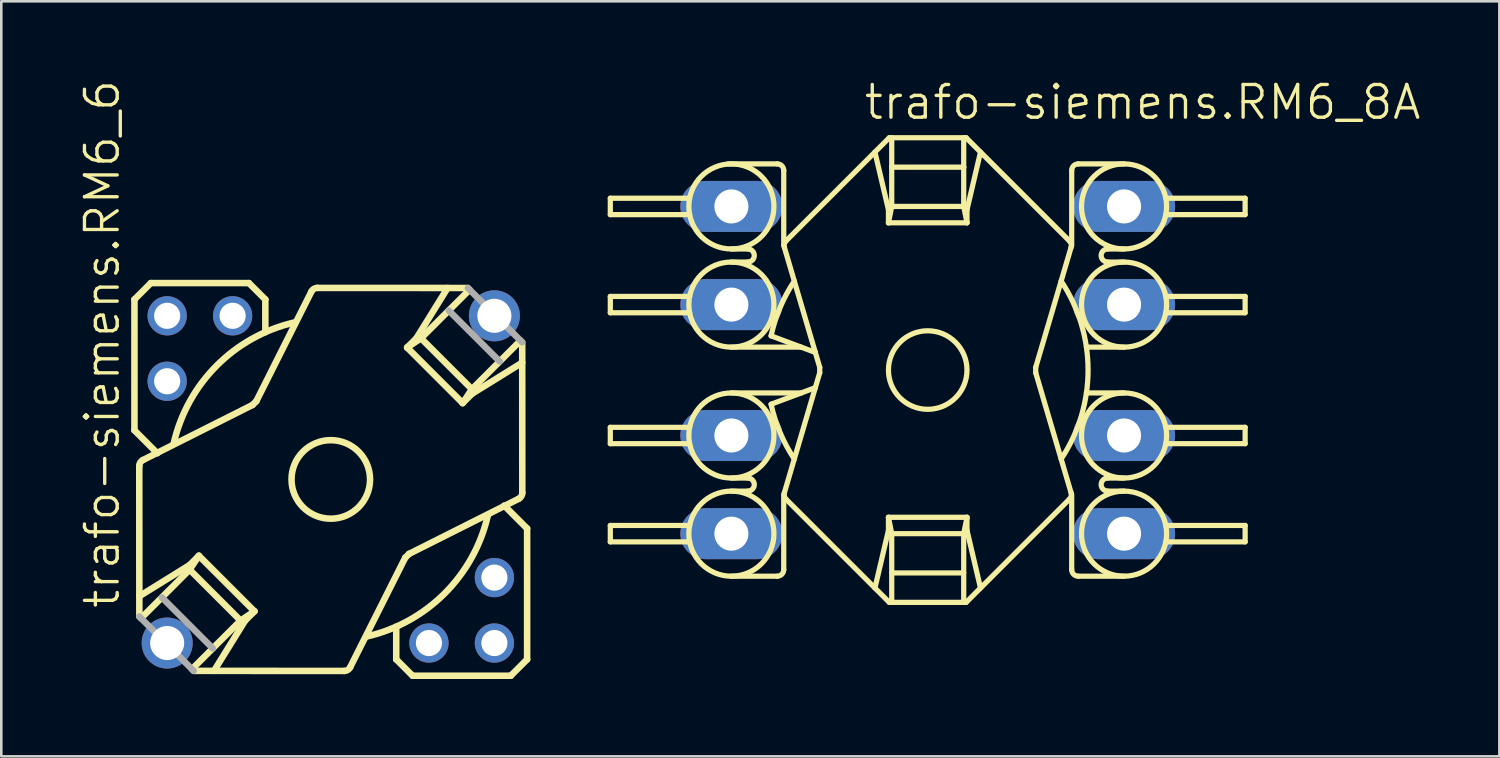
<source format=kicad_pcb>
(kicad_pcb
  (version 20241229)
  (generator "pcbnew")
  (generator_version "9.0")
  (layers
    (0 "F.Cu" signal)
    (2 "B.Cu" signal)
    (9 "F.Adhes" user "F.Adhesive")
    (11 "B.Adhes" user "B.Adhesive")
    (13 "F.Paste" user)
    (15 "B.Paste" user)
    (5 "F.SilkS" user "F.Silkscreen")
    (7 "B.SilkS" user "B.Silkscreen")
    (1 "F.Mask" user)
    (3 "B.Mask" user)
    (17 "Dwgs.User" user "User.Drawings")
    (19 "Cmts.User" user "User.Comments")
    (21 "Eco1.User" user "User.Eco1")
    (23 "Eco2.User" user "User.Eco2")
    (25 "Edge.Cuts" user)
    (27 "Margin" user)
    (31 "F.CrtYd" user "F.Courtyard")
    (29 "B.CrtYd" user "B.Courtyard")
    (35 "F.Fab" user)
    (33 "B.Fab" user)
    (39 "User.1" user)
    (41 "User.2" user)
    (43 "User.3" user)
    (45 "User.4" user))
  (footprint "trafo-siemens.RM6_6"
    (layer "F.Cu")
    (at 9.788 15.557)
    (property "Reference" "trafo-siemens.RM6_6" (at -8.128 5.08 90) (layer "F.SilkS") (effects (font (size 1.27 1.27) (thickness 0.13)) (justify left bottom)))
    (attr through_hole)
    (fp_line (start -7.62 -6.985) (end -6.985 -7.62) (stroke (width 0.254) (type default)) (layer "F.SilkS"))
    (fp_line (start -7.62 -1.905) (end -7.62 -6.985) (stroke (width 0.254) (type default)) (layer "F.SilkS"))
    (fp_line (start -7.62 -1.905) (end -6.731 -1.016) (stroke (width 0.254) (type default)) (layer "F.SilkS"))
    (fp_line (start -7.43 4.533) (end -5.478 3.323) (stroke (width 0.254) (type default)) (layer "F.SilkS"))
    (fp_line (start -7.43 5.322) (end -7.433 -0.524) (stroke (width 0.254) (type default)) (layer "F.SilkS"))
    (fp_line (start -7.293 -0.751) (end -3.037 -2.89) (stroke (width 0.254) (type default)) (layer "F.SilkS"))
    (fp_line (start -6.985 -7.62) (end -3.175 -7.62) (stroke (width 0.254) (type default)) (layer "F.SilkS"))
    (fp_line (start -5.478 3.502) (end -7.364 5.388) (stroke (width 0.254) (type default)) (layer "F.SilkS"))
    (fp_line (start -5.478 3.502) (end -5.119 2.963) (stroke (width 0.254) (type default)) (layer "F.SilkS"))
    (fp_line (start -5.478 3.502) (end -3.502 5.478) (stroke (width 0.254) (type default)) (layer "F.SilkS"))
    (fp_line (start -5.322 7.43) (end 0.524 7.433) (stroke (width 0.254) (type default)) (layer "F.SilkS"))
    (fp_line (start -5.119 2.963) (end -5.478 3.323) (stroke (width 0.254) (type default)) (layer "F.SilkS"))
    (fp_line (start -4.58 6.556) (end -5.388 7.364) (stroke (width 0.254) (type default)) (layer "F.SilkS"))
    (fp_line (start -4.533 7.43) (end -3.323 5.478) (stroke (width 0.254) (type default)) (layer "F.SilkS"))
    (fp_line (start -3.502 5.478) (end -4.58 6.556) (stroke (width 0.254) (type default)) (layer "F.SilkS"))
    (fp_line (start -3.502 5.478) (end -2.963 5.119) (stroke (width 0.254) (type default)) (layer "F.SilkS"))
    (fp_line (start -3.175 -7.62) (end -2.54 -6.985) (stroke (width 0.254) (type default)) (layer "F.SilkS"))
    (fp_line (start -3.037 -2.89) (end -2.89 -3.037) (stroke (width 0.254) (type default)) (layer "F.SilkS"))
    (fp_line (start -2.963 5.119) (end -5.119 2.963) (stroke (width 0.254) (type default)) (layer "F.SilkS"))
    (fp_line (start -2.963 5.119) (end -3.323 5.478) (stroke (width 0.254) (type default)) (layer "F.SilkS"))
    (fp_line (start -2.89 -3.037) (end -0.751 -7.293) (stroke (width 0.254) (type default)) (layer "F.SilkS"))
    (fp_line (start -2.54 -6.985) (end -2.54 -5.715) (stroke (width 0.254) (type default)) (layer "F.SilkS"))
    (fp_line (start -0.524 -7.433) (end 5.322 -7.43) (stroke (width 0.254) (type default)) (layer "F.SilkS"))
    (fp_line (start 0.751 7.293) (end 2.89 3.037) (stroke (width 0.254) (type default)) (layer "F.SilkS"))
    (fp_line (start 2.54 6.985) (end 2.54 5.715) (stroke (width 0.254) (type default)) (layer "F.SilkS"))
    (fp_line (start 2.89 3.037) (end 3.037 2.89) (stroke (width 0.254) (type default)) (layer "F.SilkS"))
    (fp_line (start 2.963 -5.119) (end 3.323 -5.478) (stroke (width 0.254) (type default)) (layer "F.SilkS"))
    (fp_line (start 3.037 2.89) (end 7.293 0.751) (stroke (width 0.254) (type default)) (layer "F.SilkS"))
    (fp_line (start 3.175 7.62) (end 2.54 6.985) (stroke (width 0.254) (type default)) (layer "F.SilkS"))
    (fp_line (start 3.502 -5.478) (end 2.963 -5.119) (stroke (width 0.254) (type default)) (layer "F.SilkS"))
    (fp_line (start 3.502 -5.478) (end 4.58 -6.556) (stroke (width 0.254) (type default)) (layer "F.SilkS"))
    (fp_line (start 3.502 -5.478) (end 5.478 -3.502) (stroke (width 0.254) (type default)) (layer "F.SilkS"))
    (fp_line (start 4.533 -7.43) (end 3.323 -5.478) (stroke (width 0.254) (type default)) (layer "F.SilkS"))
    (fp_line (start 4.58 -6.556) (end 5.388 -7.364) (stroke (width 0.254) (type default)) (layer "F.SilkS"))
    (fp_line (start 5.119 -2.963) (end 2.963 -5.119) (stroke (width 0.254) (type default)) (layer "F.SilkS"))
    (fp_line (start 5.119 -2.963) (end 5.478 -3.323) (stroke (width 0.254) (type default)) (layer "F.SilkS"))
    (fp_line (start 5.478 -3.502) (end 5.119 -2.963) (stroke (width 0.254) (type default)) (layer "F.SilkS"))
    (fp_line (start 5.478 -3.502) (end 7.364 -5.388) (stroke (width 0.254) (type default)) (layer "F.SilkS"))
    (fp_line (start 6.985 7.62) (end 3.175 7.62) (stroke (width 0.254) (type default)) (layer "F.SilkS"))
    (fp_line (start 7.43 -4.533) (end 5.478 -3.323) (stroke (width 0.254) (type default)) (layer "F.SilkS"))
    (fp_line (start 7.433 0.524) (end 7.43 -5.322) (stroke (width 0.254) (type default)) (layer "F.SilkS"))
    (fp_line (start 7.62 1.905) (end 6.731 1.016) (stroke (width 0.254) (type default)) (layer "F.SilkS"))
    (fp_line (start 7.62 1.905) (end 7.62 6.985) (stroke (width 0.254) (type default)) (layer "F.SilkS"))
    (fp_line (start 7.62 6.985) (end 6.985 7.62) (stroke (width 0.254) (type default)) (layer "F.SilkS"))
    (fp_arc (start -7.4326 -0.5243) (mid -7.394802 -0.657701) (end -7.2926 -0.7514) (stroke (width 0.254) (type default)) (layer "F.SilkS"))
    (fp_arc (start -6.096 -1.397) (mid -4.422263 -4.422263) (end -1.397 -6.096) (stroke (width 0.254) (type default)) (layer "F.SilkS"))
    (fp_arc (start -0.7514 -7.2926) (mid -0.65773 -7.394902) (end -0.5243 -7.4328) (stroke (width 0.254) (type default)) (layer "F.SilkS"))
    (fp_arc (start 0.7513 7.2926) (mid 0.657653 7.39479) (end 0.5243 7.4326) (stroke (width 0.254) (type default)) (layer "F.SilkS"))
    (fp_arc (start 6.096 1.397) (mid 4.422263 4.422263) (end 1.397 6.096) (stroke (width 0.254) (type default)) (layer "F.SilkS"))
    (fp_arc (start 7.4327 0.5243) (mid 7.394844 0.657711) (end 7.2926 0.7514) (stroke (width 0.254) (type default)) (layer "F.SilkS"))
    (fp_circle (center 0 0) (end 1.524 0) (stroke (width 0.254) (type default)) (fill no) (layer "F.SilkS"))
    (fp_line (start -7.43 5.322) (end -5.322 7.43) (stroke (width 0.254) (type default)) (layer "F.Fab"))
    (fp_line (start -4.58 6.556) (end -6.556 4.58) (stroke (width 0.254) (type default)) (layer "F.Fab"))
    (fp_line (start 5.322 -7.43) (end 7.43 -5.322) (stroke (width 0.254) (type default)) (layer "F.Fab"))
    (fp_line (start 6.556 -4.58) (end 4.58 -6.556) (stroke (width 0.254) (type default)) (layer "F.Fab"))
    (pad "1" thru_hole circle (at 6.35 6.35) (size 1.524 1.524) (drill 1.016) (layers "*.Cu" "*.Mask"))
    (pad "2" thru_hole circle (at 6.35 3.81) (size 1.524 1.524) (drill 1.016) (layers "*.Cu" "*.Mask"))
    (pad "3" thru_hole circle (at -3.81 -6.35) (size 1.524 1.524) (drill 1.016) (layers "*.Cu" "*.Mask"))
    (pad "4" thru_hole circle (at -6.35 -6.35) (size 1.524 1.524) (drill 1.016) (layers "*.Cu" "*.Mask"))
    (pad "5" thru_hole circle (at -6.35 -3.81) (size 1.524 1.524) (drill 1.016) (layers "*.Cu" "*.Mask"))
    (pad "6" thru_hole circle (at 3.81 6.35) (size 1.524 1.524) (drill 1.016) (layers "*.Cu" "*.Mask"))
    (pad "M" thru_hole circle (at -6.35 6.35) (size 1.981 1.981) (drill 1.321) (layers "*.Cu" "*.Mask"))
    (pad "M1" thru_hole circle (at 6.35 -6.35) (size 1.981 1.981) (drill 1.321) (layers "*.Cu" "*.Mask")))
  (footprint "trafo-siemens.RM6_8A"
    (layer "F.Cu")
    (at 32.956 11.312)
    (property "Reference" "trafo-siemens.RM6_8A" (at -2.54 -9.652 0) (layer "F.SilkS") (effects (font (size 1.27 1.27) (thickness 0.13)) (justify left bottom)))
    (attr through_hole)
    (fp_line (start -12.319 -6.668) (end -12.319 -6.032) (stroke (width 0.203) (type default)) (layer "F.SilkS"))
    (fp_line (start -12.319 -6.668) (end -9.24 -6.668) (stroke (width 0.203) (type default)) (layer "F.SilkS"))
    (fp_line (start -12.319 -6.032) (end -9.24 -6.032) (stroke (width 0.203) (type default)) (layer "F.SilkS"))
    (fp_line (start -12.319 -2.857) (end -12.319 -2.223) (stroke (width 0.203) (type default)) (layer "F.SilkS"))
    (fp_line (start -12.319 -2.857) (end -9.24 -2.857) (stroke (width 0.203) (type default)) (layer "F.SilkS"))
    (fp_line (start -12.319 -2.223) (end -9.24 -2.223) (stroke (width 0.203) (type default)) (layer "F.SilkS"))
    (fp_line (start -12.319 2.223) (end -9.24 2.223) (stroke (width 0.203) (type default)) (layer "F.SilkS"))
    (fp_line (start -12.319 2.857) (end -12.319 2.223) (stroke (width 0.203) (type default)) (layer "F.SilkS"))
    (fp_line (start -12.319 2.857) (end -9.24 2.857) (stroke (width 0.203) (type default)) (layer "F.SilkS"))
    (fp_line (start -12.319 6.032) (end -9.24 6.032) (stroke (width 0.203) (type default)) (layer "F.SilkS"))
    (fp_line (start -12.319 6.668) (end -12.319 6.032) (stroke (width 0.203) (type default)) (layer "F.SilkS"))
    (fp_line (start -12.319 6.668) (end -9.24 6.668) (stroke (width 0.203) (type default)) (layer "F.SilkS"))
    (fp_line (start -7.747 -8.001) (end -5.842 -8.001) (stroke (width 0.203) (type default)) (layer "F.SilkS"))
    (fp_line (start -7.62 -0.889) (end -4.911 -0.889) (stroke (width 0.203) (type default)) (layer "F.SilkS"))
    (fp_line (start -7.62 0.889) (end -4.911 0.889) (stroke (width 0.203) (type default)) (layer "F.SilkS"))
    (fp_line (start -7.62 8.001) (end -5.842 8.001) (stroke (width 0.203) (type default)) (layer "F.SilkS"))
    (fp_line (start -6.985 -4.699) (end -7.62 -4.699) (stroke (width 0.203) (type default)) (layer "F.SilkS"))
    (fp_line (start -6.985 -4.191) (end -7.62 -4.191) (stroke (width 0.203) (type default)) (layer "F.SilkS"))
    (fp_line (start -6.985 4.191) (end -7.62 4.191) (stroke (width 0.203) (type default)) (layer "F.SilkS"))
    (fp_line (start -6.985 4.699) (end -7.62 4.699) (stroke (width 0.203) (type default)) (layer "F.SilkS"))
    (fp_line (start -6.08 -1.327) (end -4.362 -0.683) (stroke (width 0.203) (type default)) (layer "F.SilkS"))
    (fp_line (start -6.08 1.327) (end -4.362 0.683) (stroke (width 0.203) (type default)) (layer "F.SilkS"))
    (fp_line (start -5.588 -7.747) (end -5.588 -4.826) (stroke (width 0.203) (type default)) (layer "F.SilkS"))
    (fp_line (start -5.588 4.826) (end -5.588 7.747) (stroke (width 0.203) (type default)) (layer "F.SilkS"))
    (fp_line (start -5.561 -4.752) (end -4.362 -0.683) (stroke (width 0.203) (type default)) (layer "F.SilkS"))
    (fp_line (start -5.561 4.752) (end -4.362 0.683) (stroke (width 0.203) (type default)) (layer "F.SilkS"))
    (fp_line (start -5.499 -5.012) (end -1.491 -9.017) (stroke (width 0.203) (type default)) (layer "F.SilkS"))
    (fp_line (start -4.362 -0.683) (end -4.191 -0.104) (stroke (width 0.203) (type default)) (layer "F.SilkS"))
    (fp_line (start -4.362 0.683) (end -4.191 0.104) (stroke (width 0.203) (type default)) (layer "F.SilkS"))
    (fp_line (start -4.191 0.104) (end -4.191 -0.104) (stroke (width 0.203) (type default)) (layer "F.SilkS"))
    (fp_line (start -2.049 -8.459) (end -1.524 -6.223) (stroke (width 0.203) (type default)) (layer "F.SilkS"))
    (fp_line (start -2.049 8.459) (end -1.524 6.223) (stroke (width 0.203) (type default)) (layer "F.SilkS"))
    (fp_line (start -1.524 -5.715) (end -1.524 -6.223) (stroke (width 0.203) (type default)) (layer "F.SilkS"))
    (fp_line (start -1.524 5.715) (end -1.524 6.223) (stroke (width 0.203) (type default)) (layer "F.SilkS"))
    (fp_line (start -1.491 -9.017) (end 1.491 -9.017) (stroke (width 0.203) (type default)) (layer "F.SilkS"))
    (fp_line (start -1.491 9.017) (end -5.499 5.012) (stroke (width 0.203) (type default)) (layer "F.SilkS"))
    (fp_line (start -1.491 9.017) (end -1.397 9.017) (stroke (width 0.203) (type default)) (layer "F.SilkS"))
    (fp_line (start -1.397 -7.874) (end -1.397 -9.017) (stroke (width 0.203) (type default)) (layer "F.SilkS"))
    (fp_line (start -1.397 -6.35) (end -1.524 -5.715) (stroke (width 0.203) (type default)) (layer "F.SilkS"))
    (fp_line (start -1.397 -6.35) (end -1.397 -7.874) (stroke (width 0.203) (type default)) (layer "F.SilkS"))
    (fp_line (start -1.397 -6.35) (end 1.397 -6.35) (stroke (width 0.203) (type default)) (layer "F.SilkS"))
    (fp_line (start -1.397 6.35) (end -1.524 5.715) (stroke (width 0.203) (type default)) (layer "F.SilkS"))
    (fp_line (start -1.397 6.35) (end -1.397 9.017) (stroke (width 0.203) (type default)) (layer "F.SilkS"))
    (fp_line (start -1.397 6.35) (end 1.397 6.35) (stroke (width 0.203) (type default)) (layer "F.SilkS"))
    (fp_line (start -1.397 9.017) (end 1.397 9.017) (stroke (width 0.203) (type default)) (layer "F.SilkS"))
    (fp_line (start 1.397 -7.874) (end -1.397 -7.874) (stroke (width 0.203) (type default)) (layer "F.SilkS"))
    (fp_line (start 1.397 -7.874) (end 1.397 -9.017) (stroke (width 0.203) (type default)) (layer "F.SilkS"))
    (fp_line (start 1.397 -6.35) (end 1.397 -7.874) (stroke (width 0.203) (type default)) (layer "F.SilkS"))
    (fp_line (start 1.397 -6.35) (end 1.524 -5.715) (stroke (width 0.203) (type default)) (layer "F.SilkS"))
    (fp_line (start 1.397 6.35) (end 1.397 9.017) (stroke (width 0.203) (type default)) (layer "F.SilkS"))
    (fp_line (start 1.397 6.35) (end 1.524 5.715) (stroke (width 0.203) (type default)) (layer "F.SilkS"))
    (fp_line (start 1.397 7.874) (end -1.397 7.874) (stroke (width 0.203) (type default)) (layer "F.SilkS"))
    (fp_line (start 1.397 9.017) (end 1.491 9.017) (stroke (width 0.203) (type default)) (layer "F.SilkS"))
    (fp_line (start 1.491 9.017) (end 5.499 5.012) (stroke (width 0.203) (type default)) (layer "F.SilkS"))
    (fp_line (start 1.524 -5.715) (end -1.524 -5.715) (stroke (width 0.203) (type default)) (layer "F.SilkS"))
    (fp_line (start 1.524 -5.715) (end 1.524 -6.223) (stroke (width 0.203) (type default)) (layer "F.SilkS"))
    (fp_line (start 1.524 5.715) (end -1.524 5.715) (stroke (width 0.203) (type default)) (layer "F.SilkS"))
    (fp_line (start 1.524 5.715) (end 1.524 6.223) (stroke (width 0.203) (type default)) (layer "F.SilkS"))
    (fp_line (start 2.049 -8.459) (end 1.524 -6.223) (stroke (width 0.203) (type default)) (layer "F.SilkS"))
    (fp_line (start 2.049 8.459) (end 1.524 6.223) (stroke (width 0.203) (type default)) (layer "F.SilkS"))
    (fp_line (start 4.191 -0.104) (end 5.561 -4.752) (stroke (width 0.203) (type default)) (layer "F.SilkS"))
    (fp_line (start 4.191 0.104) (end 4.191 -0.104) (stroke (width 0.203) (type default)) (layer "F.SilkS"))
    (fp_line (start 5.499 -5.012) (end 1.491 -9.017) (stroke (width 0.203) (type default)) (layer "F.SilkS"))
    (fp_line (start 5.561 4.752) (end 4.191 0.104) (stroke (width 0.203) (type default)) (layer "F.SilkS"))
    (fp_line (start 5.588 -7.747) (end 5.588 -4.826) (stroke (width 0.203) (type default)) (layer "F.SilkS"))
    (fp_line (start 5.588 4.826) (end 5.588 7.747) (stroke (width 0.203) (type default)) (layer "F.SilkS"))
    (fp_line (start 5.842 -8.001) (end 7.62 -8.001) (stroke (width 0.203) (type default)) (layer "F.SilkS"))
    (fp_line (start 5.842 8.001) (end 7.62 8.001) (stroke (width 0.203) (type default)) (layer "F.SilkS"))
    (fp_line (start 6.159 -0.889) (end 7.62 -0.889) (stroke (width 0.203) (type default)) (layer "F.SilkS"))
    (fp_line (start 6.159 0.889) (end 7.62 0.889) (stroke (width 0.203) (type default)) (layer "F.SilkS"))
    (fp_line (start 6.985 -4.699) (end 7.62 -4.699) (stroke (width 0.203) (type default)) (layer "F.SilkS"))
    (fp_line (start 6.985 -4.191) (end 7.62 -4.191) (stroke (width 0.203) (type default)) (layer "F.SilkS"))
    (fp_line (start 6.985 4.191) (end 7.62 4.191) (stroke (width 0.203) (type default)) (layer "F.SilkS"))
    (fp_line (start 6.985 4.699) (end 7.62 4.699) (stroke (width 0.203) (type default)) (layer "F.SilkS"))
    (fp_line (start 9.24 -6.668) (end 12.319 -6.668) (stroke (width 0.203) (type default)) (layer "F.SilkS"))
    (fp_line (start 9.24 -6.032) (end 12.319 -6.032) (stroke (width 0.203) (type default)) (layer "F.SilkS"))
    (fp_line (start 9.24 -2.857) (end 12.319 -2.857) (stroke (width 0.203) (type default)) (layer "F.SilkS"))
    (fp_line (start 9.24 -2.223) (end 12.319 -2.223) (stroke (width 0.203) (type default)) (layer "F.SilkS"))
    (fp_line (start 9.24 2.223) (end 12.319 2.223) (stroke (width 0.203) (type default)) (layer "F.SilkS"))
    (fp_line (start 9.24 2.857) (end 12.319 2.857) (stroke (width 0.203) (type default)) (layer "F.SilkS"))
    (fp_line (start 9.24 6.032) (end 12.319 6.032) (stroke (width 0.203) (type default)) (layer "F.SilkS"))
    (fp_line (start 9.24 6.668) (end 12.319 6.668) (stroke (width 0.203) (type default)) (layer "F.SilkS"))
    (fp_line (start 12.319 -6.668) (end 12.319 -6.032) (stroke (width 0.203) (type default)) (layer "F.SilkS"))
    (fp_line (start 12.319 -2.857) (end 12.319 -2.223) (stroke (width 0.203) (type default)) (layer "F.SilkS"))
    (fp_line (start 12.319 2.857) (end 12.319 2.223) (stroke (width 0.203) (type default)) (layer "F.SilkS"))
    (fp_line (start 12.319 6.668) (end 12.319 6.032) (stroke (width 0.203) (type default)) (layer "F.SilkS"))
    (fp_arc (start -6.985 -4.699) (mid -6.731 -4.445) (end -6.985 -4.191) (stroke (width 0.2032) (type default)) (layer "F.SilkS"))
    (fp_arc (start -6.985 4.191) (mid -6.731 4.445) (end -6.985 4.699) (stroke (width 0.2032) (type default)) (layer "F.SilkS"))
    (fp_arc (start -6.0798 -1.3274) (mid -5.728165 -2.431885) (end -5.1778 -3.452) (stroke (width 0.2032) (type default)) (layer "F.SilkS"))
    (fp_arc (start -5.842 -8.001) (mid -5.662395 -7.926605) (end -5.588 -7.747) (stroke (width 0.2032) (type default)) (layer "F.SilkS"))
    (fp_arc (start -5.588 7.747) (mid -5.662395 7.926605) (end -5.842 8.001) (stroke (width 0.2032) (type default)) (layer "F.SilkS"))
    (fp_arc (start -5.561 -4.7524) (mid -5.566922 -4.890846) (end -5.4993 -5.0118) (stroke (width 0.2032) (type default)) (layer "F.SilkS"))
    (fp_arc (start -5.4993 5.0118) (mid -5.566922 4.890846) (end -5.561 4.7524) (stroke (width 0.2032) (type default)) (layer "F.SilkS"))
    (fp_arc (start -5.1778 3.452) (mid -5.728165 2.431885) (end -6.0798 1.3274) (stroke (width 0.2032) (type default)) (layer "F.SilkS"))
    (fp_arc (start 5.1778 -3.452) (mid 6.223015 0) (end 5.1778 3.452) (stroke (width 0.2032) (type default)) (layer "F.SilkS"))
    (fp_arc (start 5.4994 -5.0119) (mid 5.567076 -4.890908) (end 5.5612 -4.7524) (stroke (width 0.2032) (type default)) (layer "F.SilkS"))
    (fp_arc (start 5.5611 4.7524) (mid 5.567033 4.890896) (end 5.4994 5.0119) (stroke (width 0.2032) (type default)) (layer "F.SilkS"))
    (fp_arc (start 5.588 -7.747) (mid 5.662395 -7.926605) (end 5.842 -8.001) (stroke (width 0.2032) (type default)) (layer "F.SilkS"))
    (fp_arc (start 5.842 8.001) (mid 5.662395 7.926605) (end 5.588 7.747) (stroke (width 0.2032) (type default)) (layer "F.SilkS"))
    (fp_arc (start 6.985 -4.191) (mid 6.731 -4.445) (end 6.985 -4.699) (stroke (width 0.2032) (type default)) (layer "F.SilkS"))
    (fp_arc (start 6.985 4.699) (mid 6.731 4.445) (end 6.985 4.191) (stroke (width 0.2032) (type default)) (layer "F.SilkS"))
    (fp_circle (center -7.62 -6.35) (end -5.969 -6.35) (stroke (width 0.203) (type default)) (fill no) (layer "F.SilkS"))
    (fp_circle (center -7.62 -2.54) (end -5.969 -2.54) (stroke (width 0.203) (type default)) (fill no) (layer "F.SilkS"))
    (fp_circle (center -7.62 2.54) (end -5.969 2.54) (stroke (width 0.203) (type default)) (fill no) (layer "F.SilkS"))
    (fp_circle (center -7.62 6.35) (end -5.969 6.35) (stroke (width 0.203) (type default)) (fill no) (layer "F.SilkS"))
    (fp_circle (center 0 0) (end 1.524 0) (stroke (width 0.203) (type default)) (fill no) (layer "F.SilkS"))
    (fp_circle (center 7.62 -6.35) (end 9.271 -6.35) (stroke (width 0.203) (type default)) (fill no) (layer "F.SilkS"))
    (fp_circle (center 7.62 -2.54) (end 9.271 -2.54) (stroke (width 0.203) (type default)) (fill no) (layer "F.SilkS"))
    (fp_circle (center 7.62 2.54) (end 9.271 2.54) (stroke (width 0.203) (type default)) (fill no) (layer "F.SilkS"))
    (fp_circle (center 7.62 6.35) (end 9.271 6.35) (stroke (width 0.203) (type default)) (fill no) (layer "F.SilkS"))
    (pad "1" thru_hole oval (at -7.62 -6.35) (size 3.962 1.981) (drill 1.321) (layers "*.Cu" "*.Mask"))
    (pad "2" thru_hole oval (at -7.62 -2.54) (size 3.962 1.981) (drill 1.321) (layers "*.Cu" "*.Mask"))
    (pad "3" thru_hole oval (at -7.62 2.54) (size 3.962 1.981) (drill 1.321) (layers "*.Cu" "*.Mask"))
    (pad "4" thru_hole oval (at -7.62 6.35) (size 3.962 1.981) (drill 1.321) (layers "*.Cu" "*.Mask"))
    (pad "5" thru_hole oval (at 7.62 6.35) (size 3.962 1.981) (drill 1.321) (layers "*.Cu" "*.Mask"))
    (pad "6" thru_hole oval (at 7.62 2.54) (size 3.962 1.981) (drill 1.321) (layers "*.Cu" "*.Mask"))
    (pad "7" thru_hole oval (at 7.62 -2.54) (size 3.962 1.981) (drill 1.321) (layers "*.Cu" "*.Mask"))
    (pad "8" thru_hole oval (at 7.62 -6.35) (size 3.962 1.981) (drill 1.321) (layers "*.Cu" "*.Mask")))
  (gr_rect
    (start -3 -3)
    (end 55.142 26.304)
    (stroke (width 0.1) (type default))
    (fill no)
    (layer "Edge.Cuts")))
</source>
